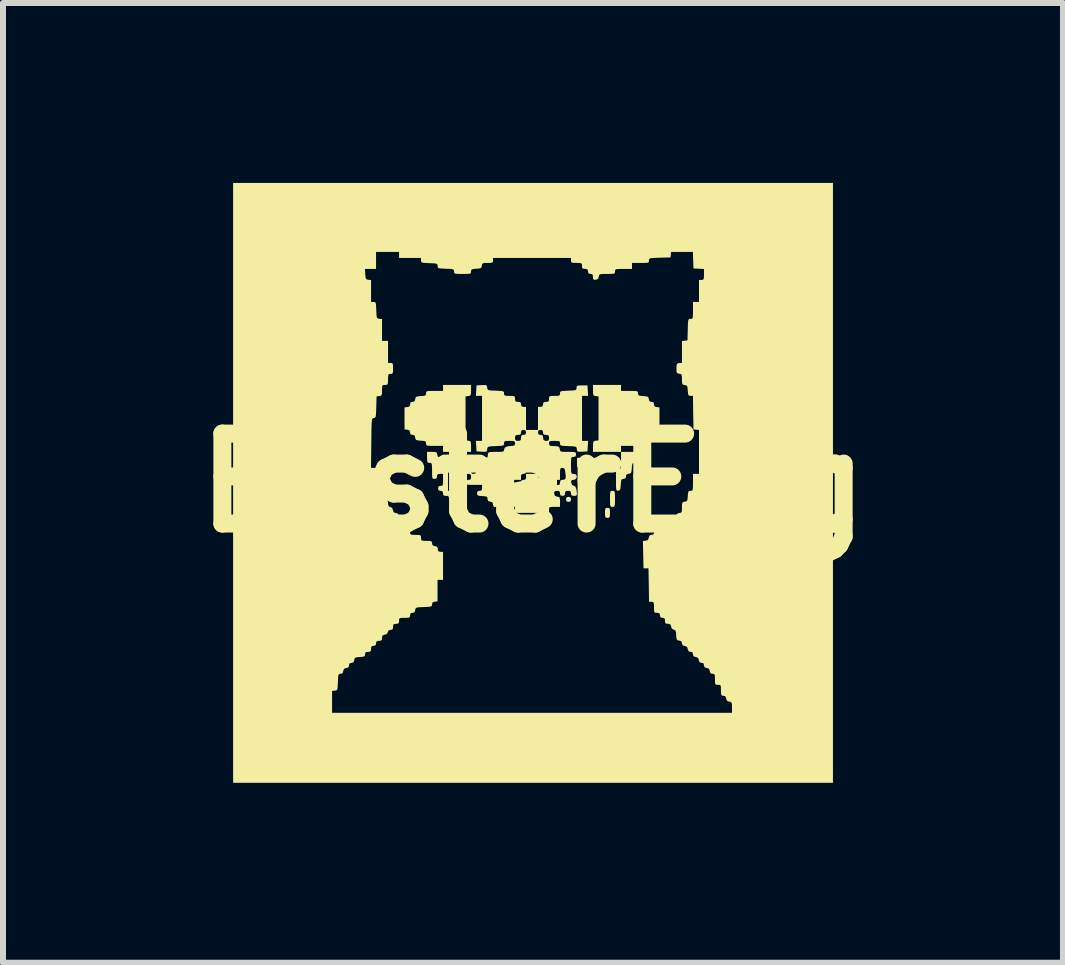
<source format=kicad_pcb>
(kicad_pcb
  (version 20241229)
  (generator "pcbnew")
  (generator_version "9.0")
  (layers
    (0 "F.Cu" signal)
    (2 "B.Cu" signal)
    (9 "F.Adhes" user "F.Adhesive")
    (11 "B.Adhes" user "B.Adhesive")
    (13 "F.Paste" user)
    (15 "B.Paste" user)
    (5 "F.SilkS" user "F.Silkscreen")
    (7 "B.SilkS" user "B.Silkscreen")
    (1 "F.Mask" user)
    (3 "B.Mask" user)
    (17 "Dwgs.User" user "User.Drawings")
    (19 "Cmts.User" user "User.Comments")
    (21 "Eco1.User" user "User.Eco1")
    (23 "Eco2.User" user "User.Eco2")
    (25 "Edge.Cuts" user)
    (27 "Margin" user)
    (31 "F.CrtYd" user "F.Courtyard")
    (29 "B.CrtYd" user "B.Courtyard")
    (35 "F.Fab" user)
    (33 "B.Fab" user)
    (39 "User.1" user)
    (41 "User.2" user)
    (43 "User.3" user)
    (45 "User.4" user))
  (footprint "EasterEgg"
    (layer "F.Cu")
    (at 5.836 5)
    (property "Reference" "EasterEgg" (at 0 0 0) (layer "F.SilkS") (effects (font (size 1.5 1.5) (thickness 0.3))))
    (attr board_only exclude_from_pos_files exclude_from_bom)
    (fp_poly (pts (xy 0.89 0.057) (xy 0.9 0.084) (xy 0.9 0.092) (xy 0.892 0.125) (xy 0.869 0.133) (xy 0.838 0.128) (xy 0.828 0.122) (xy 0.818 0.098) (xy 0.817 0.081) (xy 0.828 0.056) (xy 0.858 0.05)) (stroke (width 0) (type solid)) (fill yes) (layer "F.SilkS"))
    (fp_poly (pts (xy 0.623 0.24) (xy 0.633 0.267) (xy 0.633 0.275) (xy 0.626 0.307) (xy 0.599 0.316) (xy 0.592 0.317) (xy 0.56 0.31) (xy 0.55 0.283) (xy 0.55 0.275) (xy 0.557 0.243) (xy 0.584 0.234) (xy 0.592 0.233)) (stroke (width 0) (type solid)) (fill yes) (layer "F.SilkS"))
    (fp_poly (pts (xy -1.238 0.331) (xy -1.234 0.362) (xy -1.233 0.407) (xy -1.235 0.461) (xy -1.241 0.488) (xy -1.254 0.499) (xy -1.267 0.5) (xy -1.299 0.49) (xy -1.31 0.477) (xy -1.315 0.446) (xy -1.314 0.399) (xy -1.314 0.389) (xy -1.306 0.345) (xy -1.289 0.325) (xy -1.271 0.32) (xy -1.249 0.319)) (stroke (width 0) (type solid)) (fill yes) (layer "F.SilkS"))
    (fp_poly (pts (xy 1.266 0.419) (xy 1.279 0.433) (xy 1.283 0.467) (xy 1.283 0.5) (xy 1.282 0.549) (xy 1.275 0.574) (xy 1.258 0.583) (xy 1.242 0.583) (xy 1.217 0.581) (xy 1.205 0.567) (xy 1.2 0.533) (xy 1.2 0.5) (xy 1.201 0.451) (xy 1.208 0.426) (xy 1.225 0.417) (xy 1.242 0.417)) (stroke (width 0) (type solid)) (fill yes) (layer "F.SilkS"))
    (fp_poly (pts (xy 1.346 0.135) (xy 1.358 0.144) (xy 1.364 0.167) (xy 1.366 0.21) (xy 1.367 0.267) (xy 1.366 0.333) (xy 1.363 0.372) (xy 1.356 0.392) (xy 1.343 0.399) (xy 1.325 0.4) (xy 1.304 0.399) (xy 1.292 0.39) (xy 1.286 0.367) (xy 1.284 0.323) (xy 1.283 0.267) (xy 1.284 0.201) (xy 1.287 0.161) (xy 1.294 0.141) (xy 1.307 0.134) (xy 1.325 0.133)) (stroke (width 0) (type solid)) (fill yes) (layer "F.SilkS"))
    (fp_poly (pts (xy 1.733 -0.425) (xy 1.732 -0.372) (xy 1.726 -0.345) (xy 1.712 -0.335) (xy 1.693 -0.333) (xy 1.669 -0.33) (xy 1.656 -0.316) (xy 1.649 -0.281) (xy 1.647 -0.246) (xy 1.642 -0.195) (xy 1.634 -0.168) (xy 1.616 -0.156) (xy 1.596 -0.153) (xy 1.561 -0.142) (xy 1.55 -0.115) (xy 1.55 -0.107) (xy 1.543 -0.076) (xy 1.514 -0.067) (xy 1.509 -0.067) (xy 1.486 -0.064) (xy 1.473 -0.051) (xy 1.467 -0.019) (xy 1.463 0.029) (xy 1.459 0.084) (xy 1.451 0.114) (xy 1.436 0.127) (xy 1.421 0.13) (xy 1.405 0.131) (xy 1.394 0.125) (xy 1.387 0.107) (xy 1.384 0.07) (xy 1.383 0.009) (xy 1.383 -0.049) (xy 1.383 -0.233) (xy 1.425 -0.233) (xy 1.445 -0.235) (xy 1.457 -0.243) (xy 1.464 -0.265) (xy 1.466 -0.307) (xy 1.467 -0.375) (xy 1.467 -0.517) (xy 1.6 -0.517) (xy 1.733 -0.517)) (stroke (width 0) (type solid)) (fill yes) (layer "F.SilkS"))
    (fp_poly (pts (xy 1.367 -0.375) (xy 1.36 -0.343) (xy 1.333 -0.334) (xy 1.325 -0.333) (xy 1.293 -0.326) (xy 1.283 -0.299) (xy 1.283 -0.293) (xy 1.276 -0.261) (xy 1.247 -0.248) (xy 1.238 -0.247) (xy 1.202 -0.235) (xy 1.187 -0.203) (xy 1.186 -0.196) (xy 1.181 -0.169) (xy 1.167 -0.156) (xy 1.136 -0.151) (xy 1.091 -0.15) (xy 1.039 -0.149) (xy 1.012 -0.143) (xy 1.002 -0.129) (xy 1 -0.1) (xy 0.996 -0.064) (xy 0.976 -0.051) (xy 0.958 -0.05) (xy 0.928 -0.056) (xy 0.918 -0.079) (xy 0.917 -0.099) (xy 0.911 -0.135) (xy 0.889 -0.15) (xy 0.871 -0.153) (xy 0.835 -0.165) (xy 0.821 -0.197) (xy 0.82 -0.204) (xy 0.809 -0.239) (xy 0.782 -0.25) (xy 0.774 -0.25) (xy 0.75 -0.253) (xy 0.738 -0.267) (xy 0.735 -0.294) (xy 1 -0.294) (xy 1.007 -0.252) (xy 1.032 -0.236) (xy 1.058 -0.237) (xy 1.087 -0.255) (xy 1.097 -0.287) (xy 1.097 -0.32) (xy 1.08 -0.332) (xy 1.051 -0.333) (xy 1.015 -0.329) (xy 1.001 -0.311) (xy 1 -0.294) (xy 0.735 -0.294) (xy 0.734 -0.301) (xy 0.733 -0.333) (xy 0.733 -0.417) (xy 1.05 -0.417) (xy 1.367 -0.417)) (stroke (width 0) (type solid)) (fill yes) (layer "F.SilkS"))
    (fp_poly (pts (xy -1.033 -1.543) (xy -1.034 -1.491) (xy -1.041 -1.463) (xy -1.056 -1.451) (xy -1.079 -1.447) (xy -1.125 -1.442) (xy -1.125 -1.075) (xy -1.125 -0.708) (xy -1.079 -0.703) (xy -1.053 -0.698) (xy -1.039 -0.684) (xy -1.034 -0.653) (xy -1.033 -0.607) (xy -1.033 -0.517) (xy -1.267 -0.517) (xy -1.5 -0.517) (xy -1.5 -0.567) (xy -1.5 -0.617) (xy -1.642 -0.617) (xy -1.71 -0.617) (xy -1.752 -0.62) (xy -1.774 -0.626) (xy -1.782 -0.638) (xy -1.783 -0.657) (xy -1.786 -0.681) (xy -1.801 -0.694) (xy -1.835 -0.701) (xy -1.871 -0.703) (xy -1.922 -0.708) (xy -1.949 -0.716) (xy -1.96 -0.734) (xy -1.964 -0.754) (xy -1.974 -0.789) (xy -2.001 -0.8) (xy -2.009 -0.8) (xy -2.041 -0.807) (xy -2.05 -0.836) (xy -2.05 -0.841) (xy -2.058 -0.872) (xy -2.087 -0.885) (xy -2.096 -0.886) (xy -2.142 -0.892) (xy -2.142 -1.075) (xy -2.142 -1.258) (xy -2.096 -1.264) (xy -2.061 -1.274) (xy -2.05 -1.301) (xy -2.05 -1.309) (xy -2.043 -1.341) (xy -2.014 -1.35) (xy -2.009 -1.35) (xy -1.978 -1.358) (xy -1.965 -1.387) (xy -1.964 -1.396) (xy -1.958 -1.423) (xy -1.943 -1.437) (xy -1.909 -1.444) (xy -1.871 -1.447) (xy -1.82 -1.451) (xy -1.794 -1.459) (xy -1.784 -1.476) (xy -1.783 -1.493) (xy -1.782 -1.512) (xy -1.773 -1.524) (xy -1.751 -1.531) (xy -1.708 -1.533) (xy -1.642 -1.533) (xy -1.5 -1.533) (xy -1.5 -1.583) (xy -1.5 -1.633) (xy -1.267 -1.633) (xy -1.033 -1.633)) (stroke (width 0) (type solid)) (fill yes) (layer "F.SilkS"))
    (fp_poly (pts (xy 1.467 -1.583) (xy 1.467 -1.533) (xy 1.608 -1.533) (xy 1.677 -1.533) (xy 1.719 -1.53) (xy 1.741 -1.524) (xy 1.749 -1.512) (xy 1.75 -1.493) (xy 1.753 -1.469) (xy 1.768 -1.456) (xy 1.802 -1.449) (xy 1.837 -1.447) (xy 1.889 -1.442) (xy 1.916 -1.434) (xy 1.927 -1.416) (xy 1.93 -1.396) (xy 1.941 -1.361) (xy 1.968 -1.35) (xy 1.976 -1.35) (xy 2.007 -1.343) (xy 2.017 -1.314) (xy 2.017 -1.309) (xy 2.024 -1.278) (xy 2.053 -1.265) (xy 2.062 -1.264) (xy 2.108 -1.258) (xy 2.108 -1.075) (xy 2.108 -0.892) (xy 2.062 -0.886) (xy 2.028 -0.876) (xy 2.017 -0.849) (xy 2.017 -0.841) (xy 2.009 -0.809) (xy 1.981 -0.8) (xy 1.976 -0.8) (xy 1.945 -0.792) (xy 1.932 -0.763) (xy 1.93 -0.754) (xy 1.924 -0.727) (xy 1.909 -0.713) (xy 1.876 -0.706) (xy 1.837 -0.703) (xy 1.786 -0.699) (xy 1.76 -0.691) (xy 1.751 -0.674) (xy 1.75 -0.657) (xy 1.749 -0.638) (xy 1.74 -0.626) (xy 1.718 -0.619) (xy 1.675 -0.617) (xy 1.608 -0.617) (xy 1.467 -0.617) (xy 1.467 -0.567) (xy 1.467 -0.517) (xy 1.233 -0.517) (xy 1 -0.517) (xy 1 -0.607) (xy 1.001 -0.659) (xy 1.007 -0.687) (xy 1.023 -0.699) (xy 1.046 -0.703) (xy 1.092 -0.708) (xy 1.092 -1.075) (xy 1.092 -1.442) (xy 1.046 -1.447) (xy 1.019 -1.452) (xy 1.006 -1.466) (xy 1.001 -1.497) (xy 1 -1.543) (xy 1 -1.633) (xy 1.233 -1.633) (xy 1.467 -1.633)) (stroke (width 0) (type solid)) (fill yes) (layer "F.SilkS"))
    (fp_poly (pts (xy -1.635 -0.515) (xy -1.61 -0.508) (xy -1.6 -0.489) (xy -1.597 -0.471) (xy -1.585 -0.435) (xy -1.553 -0.421) (xy -1.546 -0.42) (xy -1.519 -0.414) (xy -1.506 -0.401) (xy -1.501 -0.37) (xy -1.5 -0.324) (xy -1.499 -0.272) (xy -1.493 -0.245) (xy -1.479 -0.235) (xy -1.458 -0.233) (xy -1.417 -0.233) (xy -1.417 -0.05) (xy -1.417 0.133) (xy -1.367 0.133) (xy -1.338 0.135) (xy -1.323 0.145) (xy -1.318 0.172) (xy -1.317 0.224) (xy -1.317 0.225) (xy -1.318 0.277) (xy -1.323 0.305) (xy -1.338 0.315) (xy -1.358 0.317) (xy -1.388 0.311) (xy -1.399 0.288) (xy -1.4 0.267) (xy -1.404 0.231) (xy -1.424 0.218) (xy -1.45 0.217) (xy -1.486 0.212) (xy -1.499 0.193) (xy -1.5 0.175) (xy -1.507 0.143) (xy -1.534 0.134) (xy -1.542 0.133) (xy -1.573 0.126) (xy -1.583 0.099) (xy -1.583 0.092) (xy -1.576 0.06) (xy -1.549 0.05) (xy -1.542 0.05) (xy -1.519 0.048) (xy -1.506 0.036) (xy -1.501 0.007) (xy -1.5 -0.046) (xy -1.5 -0.05) (xy -1.5 -0.15) (xy -1.55 -0.15) (xy -1.586 -0.146) (xy -1.599 -0.126) (xy -1.6 -0.108) (xy -1.607 -0.077) (xy -1.634 -0.067) (xy -1.642 -0.067) (xy -1.662 -0.068) (xy -1.675 -0.077) (xy -1.681 -0.1) (xy -1.683 -0.144) (xy -1.683 -0.2) (xy -1.684 -0.266) (xy -1.687 -0.306) (xy -1.694 -0.326) (xy -1.707 -0.333) (xy -1.725 -0.333) (xy -1.749 -0.336) (xy -1.761 -0.348) (xy -1.766 -0.379) (xy -1.767 -0.425) (xy -1.767 -0.517) (xy -1.684 -0.517)) (stroke (width 0) (type solid)) (fill yes) (layer "F.SilkS"))
    (fp_poly (pts (xy -0.778 -1.627) (xy -0.768 -1.612) (xy -0.764 -1.588) (xy -0.76 -1.565) (xy -0.75 -1.551) (xy -0.728 -1.544) (xy -0.686 -1.539) (xy -0.621 -1.537) (xy -0.553 -1.534) (xy -0.513 -1.53) (xy -0.492 -1.522) (xy -0.484 -1.508) (xy -0.483 -1.491) (xy -0.481 -1.468) (xy -0.468 -1.455) (xy -0.437 -1.451) (xy -0.392 -1.45) (xy -0.339 -1.449) (xy -0.312 -1.444) (xy -0.302 -1.429) (xy -0.3 -1.401) (xy -0.3 -1.4) (xy -0.296 -1.365) (xy -0.276 -1.352) (xy -0.25 -1.35) (xy -0.214 -1.346) (xy -0.201 -1.326) (xy -0.2 -1.308) (xy -0.193 -1.277) (xy -0.166 -1.267) (xy -0.158 -1.267) (xy -0.117 -1.267) (xy -0.117 -1.075) (xy -0.117 -0.883) (xy -0.017 -0.883) (xy 0.083 -0.883) (xy 0.083 -1.075) (xy 0.083 -1.267) (xy 0.125 -1.267) (xy 0.157 -1.274) (xy 0.166 -1.301) (xy 0.167 -1.308) (xy 0.172 -1.338) (xy 0.195 -1.349) (xy 0.217 -1.35) (xy 0.252 -1.354) (xy 0.265 -1.374) (xy 0.267 -1.4) (xy 0.268 -1.429) (xy 0.278 -1.443) (xy 0.305 -1.449) (xy 0.357 -1.45) (xy 0.358 -1.45) (xy 0.411 -1.451) (xy 0.438 -1.457) (xy 0.449 -1.471) (xy 0.45 -1.491) (xy 0.452 -1.511) (xy 0.461 -1.524) (xy 0.485 -1.531) (xy 0.529 -1.534) (xy 0.588 -1.537) (xy 0.655 -1.54) (xy 0.696 -1.544) (xy 0.717 -1.552) (xy 0.724 -1.565) (xy 0.725 -1.583) (xy 0.728 -1.607) (xy 0.741 -1.62) (xy 0.772 -1.624) (xy 0.817 -1.625) (xy 0.908 -1.625) (xy 0.913 -1.538) (xy 0.918 -1.45) (xy 0.868 -1.45) (xy 0.817 -1.45) (xy 0.817 -1.075) (xy 0.817 -0.7) (xy 0.868 -0.7) (xy 0.918 -0.7) (xy 0.913 -0.613) (xy 0.908 -0.525) (xy 0.822 -0.52) (xy 0.771 -0.518) (xy 0.745 -0.523) (xy 0.734 -0.538) (xy 0.73 -0.562) (xy 0.727 -0.585) (xy 0.717 -0.599) (xy 0.695 -0.606) (xy 0.652 -0.611) (xy 0.588 -0.613) (xy 0.52 -0.616) (xy 0.479 -0.62) (xy 0.459 -0.628) (xy 0.451 -0.642) (xy 0.45 -0.659) (xy 0.448 -0.682) (xy 0.435 -0.695) (xy 0.403 -0.699) (xy 0.358 -0.7) (xy 0.306 -0.699) (xy 0.278 -0.693) (xy 0.268 -0.679) (xy 0.267 -0.658) (xy 0.272 -0.629) (xy 0.294 -0.617) (xy 0.321 -0.614) (xy 0.37 -0.612) (xy 0.408 -0.61) (xy 0.436 -0.596) (xy 0.447 -0.562) (xy 0.451 -0.54) (xy 0.46 -0.526) (xy 0.483 -0.519) (xy 0.526 -0.517) (xy 0.584 -0.517) (xy 0.65 -0.516) (xy 0.69 -0.513) (xy 0.709 -0.506) (xy 0.716 -0.492) (xy 0.717 -0.475) (xy 0.71 -0.443) (xy 0.683 -0.434) (xy 0.675 -0.433) (xy 0.655 -0.432) (xy 0.643 -0.424) (xy 0.636 -0.402) (xy 0.634 -0.36) (xy 0.633 -0.292) (xy 0.634 -0.223) (xy 0.636 -0.181) (xy 0.643 -0.159) (xy 0.655 -0.151) (xy 0.674 -0.15) (xy 0.716 -0.141) (xy 0.73 -0.112) (xy 0.725 -0.083) (xy 0.701 -0.055) (xy 0.673 -0.05) (xy 0.643 -0.045) (xy 0.635 -0.023) (xy 0.636 -0.004) (xy 0.651 0.034) (xy 0.677 0.047) (xy 0.704 0.06) (xy 0.72 0.096) (xy 0.723 0.113) (xy 0.731 0.17) (xy 0.73 0.201) (xy 0.716 0.214) (xy 0.687 0.217) (xy 0.683 0.217) (xy 0.648 0.212) (xy 0.635 0.193) (xy 0.633 0.175) (xy 0.628 0.145) (xy 0.605 0.134) (xy 0.583 0.133) (xy 0.548 0.138) (xy 0.535 0.157) (xy 0.533 0.175) (xy 0.526 0.207) (xy 0.499 0.216) (xy 0.492 0.217) (xy 0.46 0.21) (xy 0.45 0.183) (xy 0.45 0.175) (xy 0.445 0.145) (xy 0.422 0.134) (xy 0.399 0.133) (xy 0.364 0.137) (xy 0.352 0.153) (xy 0.353 0.179) (xy 0.365 0.215) (xy 0.397 0.229) (xy 0.404 0.23) (xy 0.432 0.236) (xy 0.445 0.251) (xy 0.45 0.285) (xy 0.45 0.318) (xy 0.45 0.4) (xy 0.358 0.4) (xy 0.306 0.401) (xy 0.279 0.406) (xy 0.268 0.421) (xy 0.267 0.449) (xy 0.267 0.45) (xy 0.267 0.5) (xy -0.017 0.5) (xy -0.3 0.5) (xy -0.3 0.449) (xy -0.3 0.398) (xy -0.463 0.4) (xy -0.534 0.401) (xy -0.595 0.401) (xy -0.635 0.401) (xy -0.646 0.401) (xy -0.662 0.386) (xy -0.667 0.359) (xy -0.674 0.328) (xy -0.703 0.315) (xy -0.713 0.314) (xy -0.747 0.303) (xy -0.758 0.276) (xy -0.759 0.267) (xy -0.762 0.242) (xy -0.776 0.229) (xy -0.81 0.223) (xy -0.846 0.22) (xy -0.897 0.216) (xy -0.923 0.207) (xy -0.932 0.191) (xy -0.933 0.174) (xy -0.926 0.143) (xy -0.899 0.133) (xy -0.892 0.133) (xy -0.862 0.128) (xy -0.851 0.105) (xy -0.85 0.083) (xy -0.85 0.033) (xy -0.983 0.033) (xy -1.049 0.033) (xy -1.089 0.03) (xy -1.109 0.023) (xy -1.116 0.009) (xy -1.117 -0.008) (xy -1.11 -0.04) (xy -1.083 -0.05) (xy -1.075 -0.05) (xy -1.045 -0.055) (xy -1.034 -0.078) (xy -1.033 -0.1) (xy -1.037 -0.135) (xy -1.057 -0.148) (xy -1.083 -0.15) (xy -1.119 -0.146) (xy -1.132 -0.126) (xy -1.133 -0.108) (xy -1.14 -0.077) (xy -1.167 -0.067) (xy -1.175 -0.067) (xy -1.207 -0.074) (xy -1.217 -0.101) (xy -1.217 -0.107) (xy -1.224 -0.139) (xy -1.253 -0.152) (xy -1.262 -0.153) (xy -1.298 -0.165) (xy -1.313 -0.197) (xy -1.313 -0.2) (xy -1.033 -0.2) (xy -1.029 -0.164) (xy -1.01 -0.151) (xy -0.992 -0.15) (xy -0.567 -0.15) (xy -0.566 -0.095) (xy -0.561 -0.065) (xy -0.549 -0.052) (xy -0.526 -0.05) (xy -0.525 -0.05) (xy -0.493 -0.043) (xy -0.484 -0.016) (xy -0.483 -0.008) (xy -0.482 0.012) (xy -0.474 0.024) (xy -0.452 0.031) (xy -0.41 0.033) (xy -0.342 0.033) (xy -0.273 0.033) (xy -0.231 0.031) (xy -0.209 0.024) (xy -0.201 0.012) (xy -0.2 -0.008) (xy -0.193 -0.04) (xy -0.166 -0.05) (xy -0.158 -0.05) (xy -0.129 -0.055) (xy -0.118 -0.078) (xy -0.117 -0.1) (xy -0.117 -0.15) (xy -0.017 -0.15) (xy 0.083 -0.15) (xy 0.083 -0.1) (xy 0.088 -0.064) (xy 0.107 -0.051) (xy 0.125 -0.05) (xy 0.157 -0.043) (xy 0.167 -0.016) (xy 0.167 -0.009) (xy 0.169 0.013) (xy 0.181 0.026) (xy 0.211 0.033) (xy 0.266 0.037) (xy 0.271 0.038) (xy 0.329 0.04) (xy 0.376 0.04) (xy 0.397 0.038) (xy 0.429 0.034) (xy 0.435 0.033) (xy 0.446 0.019) (xy 0.45 -0.008) (xy 0.457 -0.04) (xy 0.484 -0.05) (xy 0.491 -0.05) (xy 0.524 -0.055) (xy 0.542 -0.073) (xy 0.546 -0.111) (xy 0.54 -0.166) (xy 0.532 -0.216) (xy 0.52 -0.241) (xy 0.501 -0.249) (xy 0.49 -0.25) (xy 0.468 -0.248) (xy 0.456 -0.235) (xy 0.451 -0.205) (xy 0.45 -0.15) (xy 0.45 -0.05) (xy 0.308 -0.05) (xy 0.167 -0.05) (xy 0.167 -0.1) (xy 0.162 -0.136) (xy 0.143 -0.149) (xy 0.126 -0.15) (xy 0.095 -0.158) (xy 0.082 -0.187) (xy 0.08 -0.196) (xy 0.075 -0.222) (xy 0.061 -0.236) (xy 0.031 -0.241) (xy -0.017 -0.242) (xy -0.069 -0.241) (xy -0.097 -0.235) (xy -0.109 -0.22) (xy -0.114 -0.196) (xy -0.124 -0.161) (xy -0.151 -0.15) (xy -0.159 -0.15) (xy -0.188 -0.144) (xy -0.199 -0.121) (xy -0.2 -0.1) (xy -0.2 -0.05) (xy -0.342 -0.05) (xy -0.483 -0.05) (xy -0.483 -0.15) (xy -0.484 -0.205) (xy -0.489 -0.235) (xy -0.501 -0.248) (xy -0.524 -0.25) (xy -0.525 -0.25) (xy -0.548 -0.248) (xy -0.561 -0.236) (xy -0.566 -0.207) (xy -0.567 -0.154) (xy -0.567 -0.15) (xy -0.992 -0.15) (xy -0.962 -0.155) (xy -0.951 -0.178) (xy -0.95 -0.2) (xy -0.954 -0.236) (xy -0.974 -0.249) (xy -0.992 -0.25) (xy -1.021 -0.245) (xy -1.032 -0.222) (xy -1.033 -0.2) (xy -1.313 -0.2) (xy -1.314 -0.204) (xy -1.324 -0.239) (xy -1.351 -0.25) (xy -1.359 -0.25) (xy -1.384 -0.253) (xy -1.396 -0.267) (xy -1.4 -0.301) (xy -1.4 -0.333) (xy -1.4 -0.416) (xy -1.079 -0.42) (xy -0.758 -0.425) (xy -0.753 -0.471) (xy -0.749 -0.494) (xy -0.74 -0.507) (xy -0.717 -0.514) (xy -0.674 -0.516) (xy -0.616 -0.517) (xy -0.55 -0.517) (xy -0.51 -0.52) (xy -0.491 -0.527) (xy -0.484 -0.541) (xy -0.483 -0.556) (xy -0.469 -0.589) (xy -0.424 -0.609) (xy -0.349 -0.617) (xy -0.34 -0.617) (xy -0.309 -0.624) (xy -0.3 -0.652) (xy -0.3 -0.658) (xy -0.302 -0.682) (xy -0.315 -0.695) (xy -0.346 -0.699) (xy -0.392 -0.7) (xy -0.444 -0.699) (xy -0.472 -0.693) (xy -0.482 -0.679) (xy -0.483 -0.659) (xy -0.485 -0.639) (xy -0.494 -0.626) (xy -0.518 -0.619) (xy -0.563 -0.616) (xy -0.621 -0.613) (xy -0.688 -0.61) (xy -0.729 -0.606) (xy -0.751 -0.598) (xy -0.76 -0.584) (xy -0.764 -0.562) (xy -0.769 -0.535) (xy -0.782 -0.521) (xy -0.812 -0.518) (xy -0.855 -0.52) (xy -0.942 -0.525) (xy -0.947 -0.613) (xy -0.952 -0.7) (xy -0.901 -0.7) (xy -0.85 -0.7) (xy -0.85 -0.75) (xy -0.3 -0.75) (xy -0.296 -0.715) (xy -0.276 -0.702) (xy -0.25 -0.7) (xy -0.215 -0.704) (xy -0.202 -0.724) (xy -0.2 -0.75) (xy -0.196 -0.786) (xy -0.176 -0.799) (xy -0.158 -0.8) (xy -0.127 -0.807) (xy -0.117 -0.834) (xy -0.117 -0.842) (xy 0.083 -0.842) (xy 0.09 -0.81) (xy 0.117 -0.8) (xy 0.125 -0.8) (xy 0.157 -0.793) (xy 0.167 -0.766) (xy 0.167 -0.761) (xy 0.173 -0.72) (xy 0.198 -0.702) (xy 0.228 -0.7) (xy 0.256 -0.706) (xy 0.266 -0.731) (xy 0.267 -0.75) (xy 0.263 -0.785) (xy 0.243 -0.798) (xy 0.217 -0.8) (xy 0.181 -0.804) (xy 0.168 -0.824) (xy 0.167 -0.842) (xy 0.16 -0.873) (xy 0.133 -0.883) (xy 0.125 -0.883) (xy 0.093 -0.876) (xy 0.084 -0.849) (xy 0.083 -0.842) (xy -0.117 -0.842) (xy -0.124 -0.873) (xy -0.151 -0.883) (xy -0.158 -0.883) (xy -0.19 -0.876) (xy -0.2 -0.849) (xy -0.2 -0.842) (xy -0.205 -0.812) (xy -0.228 -0.801) (xy -0.25 -0.8) (xy -0.285 -0.796) (xy -0.298 -0.776) (xy -0.3 -0.75) (xy -0.85 -0.75) (xy -0.85 -1.075) (xy -0.85 -1.45) (xy -0.901 -1.45) (xy -0.952 -1.45) (xy -0.947 -1.538) (xy -0.942 -1.625) (xy -0.855 -1.63) (xy -0.805 -1.632)) (stroke (width 0) (type solid)) (fill yes) (layer "F.SilkS"))
    (fp_poly (pts (xy 5 0) (xy 5 5) (xy 0 5) (xy -5 5) (xy -5 3.833) (xy -3.35 3.833) (xy -0.017 3.833) (xy 3.317 3.833) (xy 3.317 3.743) (xy 3.316 3.691) (xy 3.309 3.663) (xy 3.294 3.651) (xy 3.271 3.647) (xy 3.235 3.635) (xy 3.221 3.603) (xy 3.22 3.596) (xy 3.209 3.561) (xy 3.182 3.55) (xy 3.174 3.55) (xy 3.151 3.547) (xy 3.139 3.534) (xy 3.134 3.503) (xy 3.133 3.458) (xy 3.132 3.406) (xy 3.127 3.379) (xy 3.112 3.368) (xy 3.084 3.367) (xy 3.083 3.367) (xy 3.055 3.365) (xy 3.04 3.355) (xy 3.034 3.328) (xy 3.033 3.276) (xy 3.033 3.275) (xy 3.032 3.222) (xy 3.026 3.195) (xy 3.012 3.185) (xy 2.993 3.183) (xy 2.961 3.176) (xy 2.948 3.147) (xy 2.947 3.138) (xy 2.935 3.102) (xy 2.903 3.087) (xy 2.896 3.086) (xy 2.861 3.076) (xy 2.85 3.049) (xy 2.85 3.041) (xy 2.843 3.009) (xy 2.814 3) (xy 2.809 3) (xy 2.778 2.992) (xy 2.765 2.963) (xy 2.764 2.954) (xy 2.752 2.918) (xy 2.72 2.904) (xy 2.712 2.903) (xy 2.678 2.892) (xy 2.667 2.865) (xy 2.667 2.857) (xy 2.659 2.826) (xy 2.631 2.817) (xy 2.626 2.817) (xy 2.595 2.809) (xy 2.582 2.78) (xy 2.58 2.771) (xy 2.568 2.735) (xy 2.537 2.721) (xy 2.529 2.72) (xy 2.495 2.709) (xy 2.484 2.682) (xy 2.483 2.675) (xy 2.475 2.644) (xy 2.445 2.631) (xy 2.438 2.63) (xy 2.41 2.624) (xy 2.396 2.609) (xy 2.389 2.575) (xy 2.387 2.539) (xy 2.382 2.487) (xy 2.372 2.46) (xy 2.354 2.449) (xy 2.345 2.447) (xy 2.314 2.43) (xy 2.303 2.396) (xy 2.293 2.363) (xy 2.268 2.351) (xy 2.249 2.35) (xy 2.214 2.346) (xy 2.201 2.326) (xy 2.2 2.3) (xy 2.196 2.264) (xy 2.176 2.251) (xy 2.158 2.25) (xy 2.127 2.243) (xy 2.117 2.216) (xy 2.117 2.208) (xy 2.111 2.179) (xy 2.088 2.168) (xy 2.067 2.167) (xy 2.038 2.165) (xy 2.023 2.155) (xy 2.018 2.128) (xy 2.017 2.076) (xy 2.017 2.075) (xy 2.016 2.022) (xy 2.01 1.995) (xy 1.996 1.985) (xy 1.975 1.983) (xy 1.934 1.983) (xy 1.93 1.704) (xy 1.925 1.425) (xy 1.883 1.425) (xy 1.842 1.424) (xy 1.837 1.197) (xy 1.832 0.969) (xy 1.879 0.964) (xy 1.915 0.952) (xy 1.929 0.921) (xy 1.93 0.912) (xy 1.941 0.878) (xy 1.968 0.867) (xy 1.976 0.867) (xy 2.007 0.86) (xy 2.017 0.832) (xy 2.017 0.825) (xy 2.019 0.801) (xy 2.032 0.789) (xy 2.063 0.784) (xy 2.107 0.783) (xy 2.159 0.782) (xy 2.187 0.776) (xy 2.199 0.761) (xy 2.203 0.738) (xy 2.215 0.702) (xy 2.247 0.687) (xy 2.254 0.686) (xy 2.289 0.676) (xy 2.3 0.649) (xy 2.3 0.641) (xy 2.307 0.609) (xy 2.336 0.6) (xy 2.341 0.6) (xy 2.372 0.592) (xy 2.385 0.563) (xy 2.386 0.554) (xy 2.398 0.518) (xy 2.43 0.504) (xy 2.438 0.503) (xy 2.464 0.498) (xy 2.478 0.484) (xy 2.483 0.453) (xy 2.483 0.408) (xy 2.484 0.356) (xy 2.491 0.329) (xy 2.507 0.318) (xy 2.529 0.314) (xy 2.556 0.308) (xy 2.571 0.293) (xy 2.577 0.259) (xy 2.58 0.221) (xy 2.584 0.17) (xy 2.593 0.144) (xy 2.609 0.134) (xy 2.626 0.133) (xy 2.646 0.132) (xy 2.658 0.123) (xy 2.664 0.101) (xy 2.666 0.058) (xy 2.667 -0.008) (xy 2.667 -0.15) (xy 2.717 -0.15) (xy 2.767 -0.15) (xy 2.767 -0.516) (xy 2.767 -0.881) (xy 2.721 -0.886) (xy 2.675 -0.892) (xy 2.67 -1.171) (xy 2.666 -1.45) (xy 2.625 -1.45) (xy 2.602 -1.453) (xy 2.589 -1.468) (xy 2.583 -1.503) (xy 2.58 -1.538) (xy 2.576 -1.589) (xy 2.567 -1.616) (xy 2.549 -1.627) (xy 2.529 -1.63) (xy 2.503 -1.636) (xy 2.489 -1.649) (xy 2.484 -1.681) (xy 2.483 -1.725) (xy 2.482 -1.777) (xy 2.476 -1.804) (xy 2.46 -1.816) (xy 2.438 -1.82) (xy 2.41 -1.825) (xy 2.397 -1.84) (xy 2.392 -1.873) (xy 2.392 -1.908) (xy 2.393 -1.958) (xy 2.4 -1.983) (xy 2.418 -1.994) (xy 2.438 -1.997) (xy 2.483 -2.002) (xy 2.483 -2.183) (xy 2.483 -2.364) (xy 2.529 -2.37) (xy 2.575 -2.375) (xy 2.58 -2.554) (xy 2.582 -2.633) (xy 2.585 -2.685) (xy 2.59 -2.715) (xy 2.599 -2.729) (xy 2.613 -2.733) (xy 2.626 -2.733) (xy 2.645 -2.735) (xy 2.658 -2.743) (xy 2.664 -2.765) (xy 2.666 -2.808) (xy 2.667 -2.875) (xy 2.667 -3.017) (xy 2.717 -3.017) (xy 2.767 -3.017) (xy 2.767 -3.2) (xy 2.767 -3.383) (xy 2.808 -3.383) (xy 2.832 -3.386) (xy 2.845 -3.398) (xy 2.849 -3.43) (xy 2.85 -3.474) (xy 2.85 -3.565) (xy 2.763 -3.57) (xy 2.675 -3.575) (xy 2.67 -3.712) (xy 2.665 -3.85) (xy 2.484 -3.85) (xy 2.302 -3.85) (xy 2.297 -3.804) (xy 2.292 -3.758) (xy 2.112 -3.754) (xy 2.034 -3.751) (xy 1.982 -3.748) (xy 1.952 -3.743) (xy 1.938 -3.734) (xy 1.934 -3.72) (xy 1.933 -3.708) (xy 1.932 -3.688) (xy 1.923 -3.676) (xy 1.901 -3.669) (xy 1.859 -3.667) (xy 1.792 -3.667) (xy 1.65 -3.667) (xy 1.65 -3.617) (xy 1.65 -3.567) (xy 1.508 -3.567) (xy 1.44 -3.566) (xy 1.398 -3.564) (xy 1.376 -3.557) (xy 1.368 -3.545) (xy 1.367 -3.525) (xy 1.365 -3.504) (xy 1.356 -3.492) (xy 1.333 -3.486) (xy 1.289 -3.484) (xy 1.234 -3.483) (xy 1.169 -3.483) (xy 1.129 -3.48) (xy 1.109 -3.473) (xy 1.1 -3.458) (xy 1.097 -3.438) (xy 1.085 -3.402) (xy 1.053 -3.387) (xy 1.046 -3.386) (xy 1.014 -3.387) (xy 1.002 -3.404) (xy 1 -3.432) (xy 0.996 -3.468) (xy 0.977 -3.482) (xy 0.958 -3.483) (xy 0.927 -3.49) (xy 0.917 -3.517) (xy 0.917 -3.525) (xy 0.911 -3.555) (xy 0.888 -3.566) (xy 0.867 -3.567) (xy 0.831 -3.571) (xy 0.818 -3.59) (xy 0.817 -3.617) (xy 0.815 -3.645) (xy 0.805 -3.66) (xy 0.778 -3.666) (xy 0.726 -3.667) (xy 0.725 -3.667) (xy 0.672 -3.668) (xy 0.645 -3.673) (xy 0.635 -3.688) (xy 0.633 -3.708) (xy 0.633 -3.75) (xy -0.017 -3.75) (xy -0.667 -3.75) (xy -0.667 -3.708) (xy -0.669 -3.684) (xy -0.682 -3.672) (xy -0.713 -3.667) (xy -0.757 -3.667) (xy -0.809 -3.666) (xy -0.837 -3.659) (xy -0.849 -3.644) (xy -0.853 -3.621) (xy -0.859 -3.594) (xy -0.874 -3.579) (xy -0.908 -3.573) (xy -0.946 -3.57) (xy -0.997 -3.566) (xy -1.023 -3.557) (xy -1.032 -3.541) (xy -1.033 -3.524) (xy -1.035 -3.504) (xy -1.043 -3.492) (xy -1.066 -3.486) (xy -1.109 -3.484) (xy -1.175 -3.483) (xy -1.244 -3.484) (xy -1.285 -3.486) (xy -1.307 -3.493) (xy -1.315 -3.505) (xy -1.317 -3.524) (xy -1.318 -3.544) (xy -1.328 -3.557) (xy -1.351 -3.564) (xy -1.396 -3.568) (xy -1.454 -3.57) (xy -1.521 -3.573) (xy -1.562 -3.577) (xy -1.583 -3.585) (xy -1.59 -3.599) (xy -1.591 -3.617) (xy -1.593 -3.637) (xy -1.602 -3.65) (xy -1.626 -3.657) (xy -1.67 -3.661) (xy -1.729 -3.663) (xy -1.797 -3.666) (xy -1.837 -3.67) (xy -1.858 -3.678) (xy -1.866 -3.692) (xy -1.867 -3.709) (xy -1.867 -3.75) (xy -2.05 -3.75) (xy -2.233 -3.75) (xy -2.233 -3.8) (xy -2.233 -3.85) (xy -2.425 -3.85) (xy -2.617 -3.85) (xy -2.617 -3.708) (xy -2.617 -3.567) (xy -2.709 -3.567) (xy -2.802 -3.567) (xy -2.797 -3.479) (xy -2.792 -3.428) (xy -2.784 -3.401) (xy -2.766 -3.39) (xy -2.746 -3.386) (xy -2.7 -3.381) (xy -2.7 -3.199) (xy -2.7 -3.017) (xy -2.659 -3.017) (xy -2.639 -3.015) (xy -2.626 -3.006) (xy -2.619 -2.982) (xy -2.616 -2.937) (xy -2.613 -2.879) (xy -2.61 -2.812) (xy -2.606 -2.771) (xy -2.598 -2.749) (xy -2.584 -2.74) (xy -2.562 -2.736) (xy -2.517 -2.731) (xy -2.517 -2.549) (xy -2.517 -2.367) (xy -2.467 -2.367) (xy -2.417 -2.367) (xy -2.417 -2.183) (xy -2.417 -2) (xy -2.375 -2) (xy -2.351 -1.998) (xy -2.339 -1.985) (xy -2.334 -1.954) (xy -2.333 -1.908) (xy -2.334 -1.856) (xy -2.34 -1.828) (xy -2.354 -1.818) (xy -2.375 -1.817) (xy -2.399 -1.814) (xy -2.411 -1.802) (xy -2.416 -1.771) (xy -2.417 -1.725) (xy -2.418 -1.673) (xy -2.423 -1.645) (xy -2.438 -1.635) (xy -2.466 -1.633) (xy -2.467 -1.633) (xy -2.495 -1.632) (xy -2.51 -1.622) (xy -2.516 -1.594) (xy -2.517 -1.543) (xy -2.518 -1.491) (xy -2.524 -1.463) (xy -2.539 -1.451) (xy -2.562 -1.447) (xy -2.608 -1.442) (xy -2.613 -1.264) (xy -2.616 -1.185) (xy -2.619 -1.133) (xy -2.624 -1.103) (xy -2.634 -1.087) (xy -2.648 -1.081) (xy -2.655 -1.08) (xy -2.666 -1.078) (xy -2.675 -1.072) (xy -2.682 -1.059) (xy -2.686 -1.034) (xy -2.69 -0.994) (xy -2.692 -0.935) (xy -2.694 -0.852) (xy -2.695 -0.743) (xy -2.696 -0.662) (xy -2.701 -0.25) (xy -2.659 -0.25) (xy -2.639 -0.248) (xy -2.626 -0.239) (xy -2.619 -0.216) (xy -2.616 -0.171) (xy -2.613 -0.113) (xy -2.61 -0.045) (xy -2.606 -0.004) (xy -2.598 0.018) (xy -2.584 0.027) (xy -2.562 0.03) (xy -2.536 0.036) (xy -2.522 0.049) (xy -2.517 0.081) (xy -2.517 0.125) (xy -2.516 0.177) (xy -2.509 0.204) (xy -2.493 0.216) (xy -2.471 0.22) (xy -2.444 0.226) (xy -2.429 0.241) (xy -2.423 0.275) (xy -2.42 0.311) (xy -2.415 0.363) (xy -2.405 0.39) (xy -2.387 0.401) (xy -2.378 0.403) (xy -2.347 0.42) (xy -2.336 0.453) (xy -2.324 0.489) (xy -2.291 0.503) (xy -2.286 0.503) (xy -2.26 0.509) (xy -2.246 0.525) (xy -2.239 0.559) (xy -2.237 0.596) (xy -2.232 0.647) (xy -2.224 0.673) (xy -2.207 0.682) (xy -2.192 0.683) (xy -2.161 0.691) (xy -2.148 0.721) (xy -2.147 0.729) (xy -2.135 0.765) (xy -2.103 0.779) (xy -2.096 0.78) (xy -2.061 0.791) (xy -2.05 0.818) (xy -2.05 0.826) (xy -2.047 0.849) (xy -2.034 0.861) (xy -2.003 0.866) (xy -1.958 0.867) (xy -1.906 0.868) (xy -1.879 0.873) (xy -1.868 0.888) (xy -1.867 0.916) (xy -1.867 0.917) (xy -1.865 0.945) (xy -1.855 0.96) (xy -1.828 0.966) (xy -1.776 0.967) (xy -1.775 0.967) (xy -1.722 0.968) (xy -1.695 0.974) (xy -1.685 0.988) (xy -1.683 1.007) (xy -1.676 1.039) (xy -1.647 1.052) (xy -1.637 1.053) (xy -1.603 1.065) (xy -1.589 1.083) (xy -1.586 1.12) (xy -1.585 1.129) (xy -1.569 1.145) (xy -1.542 1.15) (xy -1.5 1.15) (xy -1.5 1.383) (xy -1.5 1.617) (xy -1.546 1.617) (xy -1.592 1.617) (xy -1.592 1.796) (xy -1.592 1.975) (xy -1.637 1.98) (xy -1.672 1.991) (xy -1.683 2.018) (xy -1.683 2.025) (xy -1.685 2.045) (xy -1.695 2.057) (xy -1.719 2.064) (xy -1.765 2.068) (xy -1.821 2.07) (xy -1.888 2.073) (xy -1.929 2.077) (xy -1.951 2.085) (xy -1.96 2.1) (xy -1.964 2.121) (xy -1.974 2.155) (xy -2.001 2.166) (xy -2.009 2.167) (xy -2.04 2.174) (xy -2.05 2.202) (xy -2.05 2.208) (xy -2.052 2.232) (xy -2.065 2.245) (xy -2.096 2.249) (xy -2.142 2.25) (xy -2.194 2.251) (xy -2.221 2.256) (xy -2.232 2.271) (xy -2.233 2.299) (xy -2.233 2.3) (xy -2.237 2.335) (xy -2.257 2.348) (xy -2.283 2.35) (xy -2.319 2.354) (xy -2.332 2.374) (xy -2.333 2.4) (xy -2.338 2.436) (xy -2.357 2.449) (xy -2.374 2.45) (xy -2.408 2.46) (xy -2.42 2.487) (xy -2.436 2.519) (xy -2.471 2.53) (xy -2.504 2.54) (xy -2.516 2.565) (xy -2.517 2.584) (xy -2.521 2.619) (xy -2.541 2.632) (xy -2.567 2.633) (xy -2.602 2.638) (xy -2.615 2.657) (xy -2.617 2.675) (xy -2.624 2.707) (xy -2.651 2.716) (xy -2.658 2.717) (xy -2.688 2.722) (xy -2.699 2.745) (xy -2.7 2.767) (xy -2.704 2.802) (xy -2.724 2.815) (xy -2.75 2.817) (xy -2.786 2.821) (xy -2.799 2.84) (xy -2.8 2.857) (xy -2.803 2.881) (xy -2.818 2.894) (xy -2.852 2.901) (xy -2.888 2.903) (xy -2.939 2.908) (xy -2.966 2.916) (xy -2.977 2.934) (xy -2.98 2.954) (xy -2.991 2.989) (xy -3.018 3) (xy -3.026 3) (xy -3.057 3.007) (xy -3.067 3.036) (xy -3.067 3.041) (xy -3.074 3.072) (xy -3.103 3.085) (xy -3.112 3.086) (xy -3.148 3.098) (xy -3.163 3.13) (xy -3.164 3.138) (xy -3.174 3.172) (xy -3.202 3.183) (xy -3.209 3.183) (xy -3.228 3.185) (xy -3.241 3.195) (xy -3.247 3.219) (xy -3.251 3.265) (xy -3.253 3.321) (xy -3.256 3.388) (xy -3.26 3.429) (xy -3.269 3.451) (xy -3.283 3.46) (xy -3.304 3.464) (xy -3.35 3.469) (xy -3.35 3.651) (xy -3.35 3.833) (xy -5 3.833) (xy -5 0) (xy -5 -5) (xy 0 -5) (xy 5 -5)) (stroke (width 0) (type solid)) (fill yes) (layer "F.SilkS")))
  (gr_rect
    (start -3 -3)
    (end 14.671 13)
    (stroke (width 0.1) (type default))
    (fill no)
    (layer "Edge.Cuts")))
</source>
